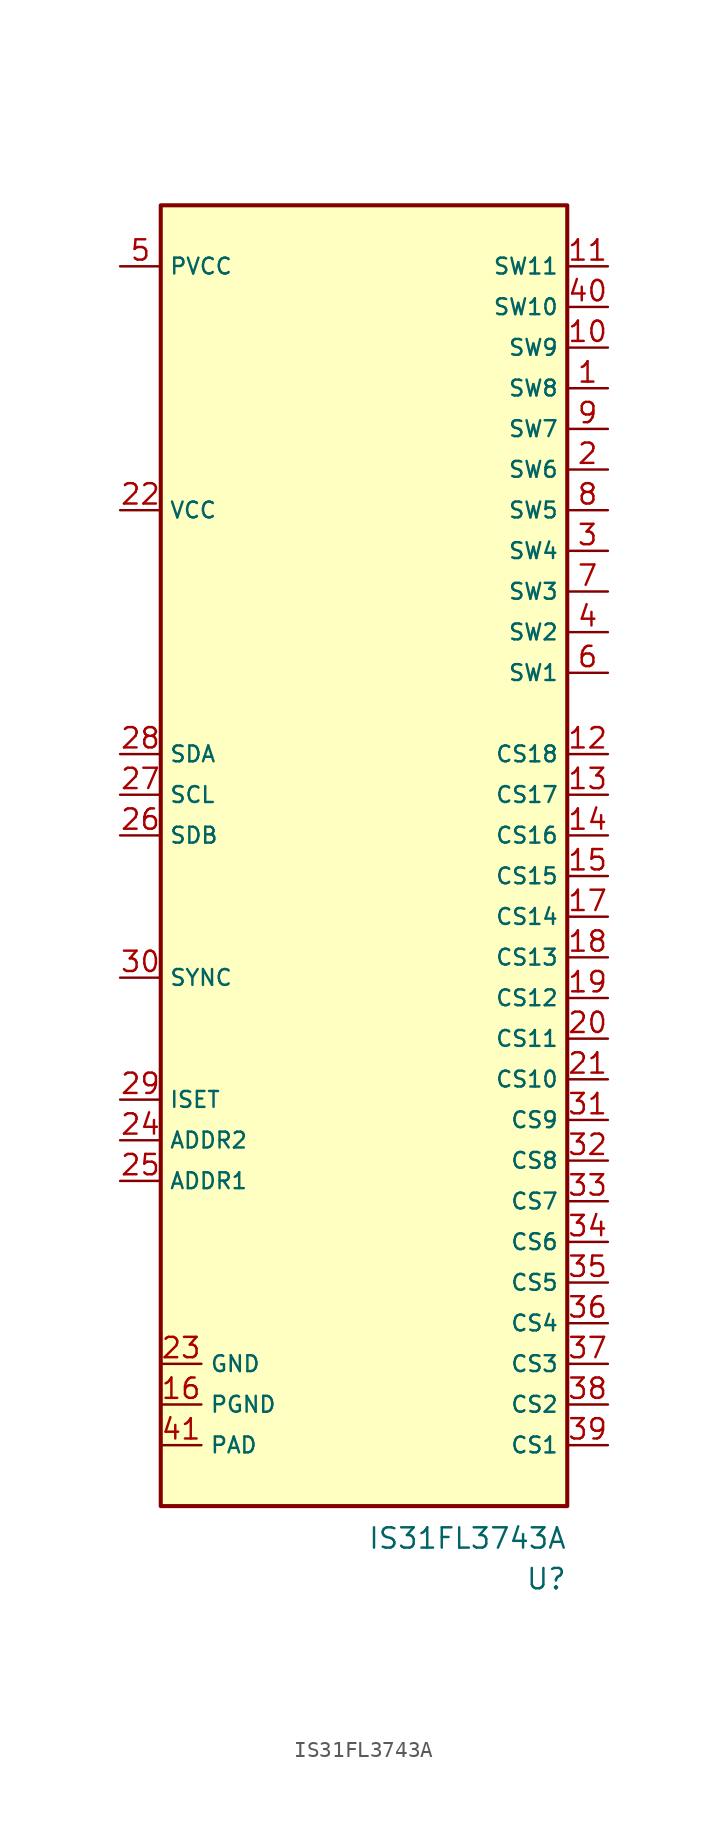
<source format=kicad_sym>
(kicad_symbol_lib
  (version 20211014)
  (generator kicad_symbol_editor)
  (symbol "IS31FL3743A"
    (property "Reference" "U"
      (at 25.4 -81.28 0)
      (effects (font (size 1.27 1.27)) (justify right top)))
    (property "Value" "IS31FL3743A"
      (at 25.4 -78.74 0)
      (effects (font (size 1.27 1.27)) (justify right top)))
    (symbol "IS31FL3743A_0_1"
      (rectangle (start 0 3.81) (end 25.4 -77.47) (stroke (width 0.254) (type default) (color 0 0 0 0)) (fill (type background))))
    (symbol "IS31FL3743A_1_1"
      (pin input line (at 27.94 -7.62 180) (length 2.54) (name "SW8" (effects (font (size 0.991 0.991)))) (number "1" (effects (font (size 1.27 1.27)))))
      (pin input line (at 27.94 -5.08 180) (length 2.54) (name "SW9" (effects (font (size 0.991 0.991)))) (number "10" (effects (font (size 1.27 1.27)))))
      (pin input line (at 27.94 0 180) (length 2.54) (name "SW11" (effects (font (size 0.991 0.991)))) (number "11" (effects (font (size 1.27 1.27)))))
      (pin output line (at 27.94 -30.48 180) (length 2.54) (name "CS18" (effects (font (size 0.991 0.991)))) (number "12" (effects (font (size 1.27 1.27)))))
      (pin output line (at 27.94 -33.02 180) (length 2.54) (name "CS17" (effects (font (size 0.991 0.991)))) (number "13" (effects (font (size 1.27 1.27)))))
      (pin output line (at 27.94 -35.56 180) (length 2.54) (name "CS16" (effects (font (size 0.991 0.991)))) (number "14" (effects (font (size 1.27 1.27)))))
      (pin output line (at 27.94 -38.1 180) (length 2.54) (name "CS15" (effects (font (size 0.991 0.991)))) (number "15" (effects (font (size 1.27 1.27)))))
      (pin power_in line (at 0 -71.12 0) (length 2.54) (name "PGND" (effects (font (size 0.991 0.991)))) (number "16" (effects (font (size 1.27 1.27)))))
      (pin output line (at 27.94 -40.64 180) (length 2.54) (name "CS14" (effects (font (size 0.991 0.991)))) (number "17" (effects (font (size 1.27 1.27)))))
      (pin output line (at 27.94 -43.18 180) (length 2.54) (name "CS13" (effects (font (size 0.991 0.991)))) (number "18" (effects (font (size 1.27 1.27)))))
      (pin output line (at 27.94 -45.72 180) (length 2.54) (name "CS12" (effects (font (size 0.991 0.991)))) (number "19" (effects (font (size 1.27 1.27)))))
      (pin input line (at 27.94 -12.7 180) (length 2.54) (name "SW6" (effects (font (size 0.991 0.991)))) (number "2" (effects (font (size 1.27 1.27)))))
      (pin output line (at 27.94 -48.26 180) (length 2.54) (name "CS11" (effects (font (size 0.991 0.991)))) (number "20" (effects (font (size 1.27 1.27)))))
      (pin output line (at 27.94 -50.8 180) (length 2.54) (name "CS10" (effects (font (size 0.991 0.991)))) (number "21" (effects (font (size 1.27 1.27)))))
      (pin power_in line (at -2.54 -15.24 0) (length 2.54) (name "VCC" (effects (font (size 0.991 0.991)))) (number "22" (effects (font (size 1.27 1.27)))))
      (pin power_in line (at 0 -68.58 0) (length 2.54) (name "GND" (effects (font (size 0.991 0.991)))) (number "23" (effects (font (size 1.27 1.27)))))
      (pin input line (at -2.54 -54.61 0) (length 2.54) (name "ADDR2" (effects (font (size 0.991 0.991)))) (number "24" (effects (font (size 1.27 1.27)))))
      (pin input line (at -2.54 -57.15 0) (length 2.54) (name "ADDR1" (effects (font (size 0.991 0.991)))) (number "25" (effects (font (size 1.27 1.27)))))
      (pin input line (at -2.54 -35.56 0) (length 2.54) (name "SDB" (effects (font (size 0.991 0.991)))) (number "26" (effects (font (size 1.27 1.27)))))
      (pin input line (at -2.54 -33.02 0) (length 2.54) (name "SCL" (effects (font (size 0.991 0.991)))) (number "27" (effects (font (size 1.27 1.27)))))
      (pin bidirectional line (at -2.54 -30.48 0) (length 2.54) (name "SDA" (effects (font (size 0.991 0.991)))) (number "28" (effects (font (size 1.27 1.27)))))
      (pin passive line (at -2.54 -52.07 0) (length 2.54) (name "ISET" (effects (font (size 0.991 0.991)))) (number "29" (effects (font (size 1.27 1.27)))))
      (pin input line (at 27.94 -17.78 180) (length 2.54) (name "SW4" (effects (font (size 0.991 0.991)))) (number "3" (effects (font (size 1.27 1.27)))))
      (pin input line (at -2.54 -44.45 0) (length 2.54) (name "SYNC" (effects (font (size 0.991 0.991)))) (number "30" (effects (font (size 1.27 1.27)))))
      (pin output line (at 27.94 -53.34 180) (length 2.54) (name "CS9" (effects (font (size 0.991 0.991)))) (number "31" (effects (font (size 1.27 1.27)))))
      (pin output line (at 27.94 -55.88 180) (length 2.54) (name "CS8" (effects (font (size 0.991 0.991)))) (number "32" (effects (font (size 1.27 1.27)))))
      (pin output line (at 27.94 -58.42 180) (length 2.54) (name "CS7" (effects (font (size 0.991 0.991)))) (number "33" (effects (font (size 1.27 1.27)))))
      (pin output line (at 27.94 -60.96 180) (length 2.54) (name "CS6" (effects (font (size 0.991 0.991)))) (number "34" (effects (font (size 1.27 1.27)))))
      (pin output line (at 27.94 -63.5 180) (length 2.54) (name "CS5" (effects (font (size 0.991 0.991)))) (number "35" (effects (font (size 1.27 1.27)))))
      (pin output line (at 27.94 -66.04 180) (length 2.54) (name "CS4" (effects (font (size 0.991 0.991)))) (number "36" (effects (font (size 1.27 1.27)))))
      (pin output line (at 27.94 -68.58 180) (length 2.54) (name "CS3" (effects (font (size 0.991 0.991)))) (number "37" (effects (font (size 1.27 1.27)))))
      (pin output line (at 27.94 -71.12 180) (length 2.54) (name "CS2" (effects (font (size 0.991 0.991)))) (number "38" (effects (font (size 1.27 1.27)))))
      (pin output line (at 27.94 -73.66 180) (length 2.54) (name "CS1" (effects (font (size 0.991 0.991)))) (number "39" (effects (font (size 1.27 1.27)))))
      (pin input line (at 27.94 -22.86 180) (length 2.54) (name "SW2" (effects (font (size 0.991 0.991)))) (number "4" (effects (font (size 1.27 1.27)))))
      (pin input line (at 27.94 -2.54 180) (length 2.54) (name "SW10" (effects (font (size 0.991 0.991)))) (number "40" (effects (font (size 1.27 1.27)))))
      (pin power_in line (at 0 -73.66 0) (length 2.54) (name "PAD" (effects (font (size 0.991 0.991)))) (number "41" (effects (font (size 1.27 1.27)))))
      (pin power_in line (at -2.54 0 0) (length 2.54) (name "PVCC" (effects (font (size 0.991 0.991)))) (number "5" (effects (font (size 1.27 1.27)))))
      (pin input line (at 27.94 -25.4 180) (length 2.54) (name "SW1" (effects (font (size 0.991 0.991)))) (number "6" (effects (font (size 1.27 1.27)))))
      (pin input line (at 27.94 -20.32 180) (length 2.54) (name "SW3" (effects (font (size 0.991 0.991)))) (number "7" (effects (font (size 1.27 1.27)))))
      (pin input line (at 27.94 -15.24 180) (length 2.54) (name "SW5" (effects (font (size 0.991 0.991)))) (number "8" (effects (font (size 1.27 1.27)))))
      (pin input line (at 27.94 -10.16 180) (length 2.54) (name "SW7" (effects (font (size 0.991 0.991)))) (number "9" (effects (font (size 1.27 1.27))))))))
</source>
